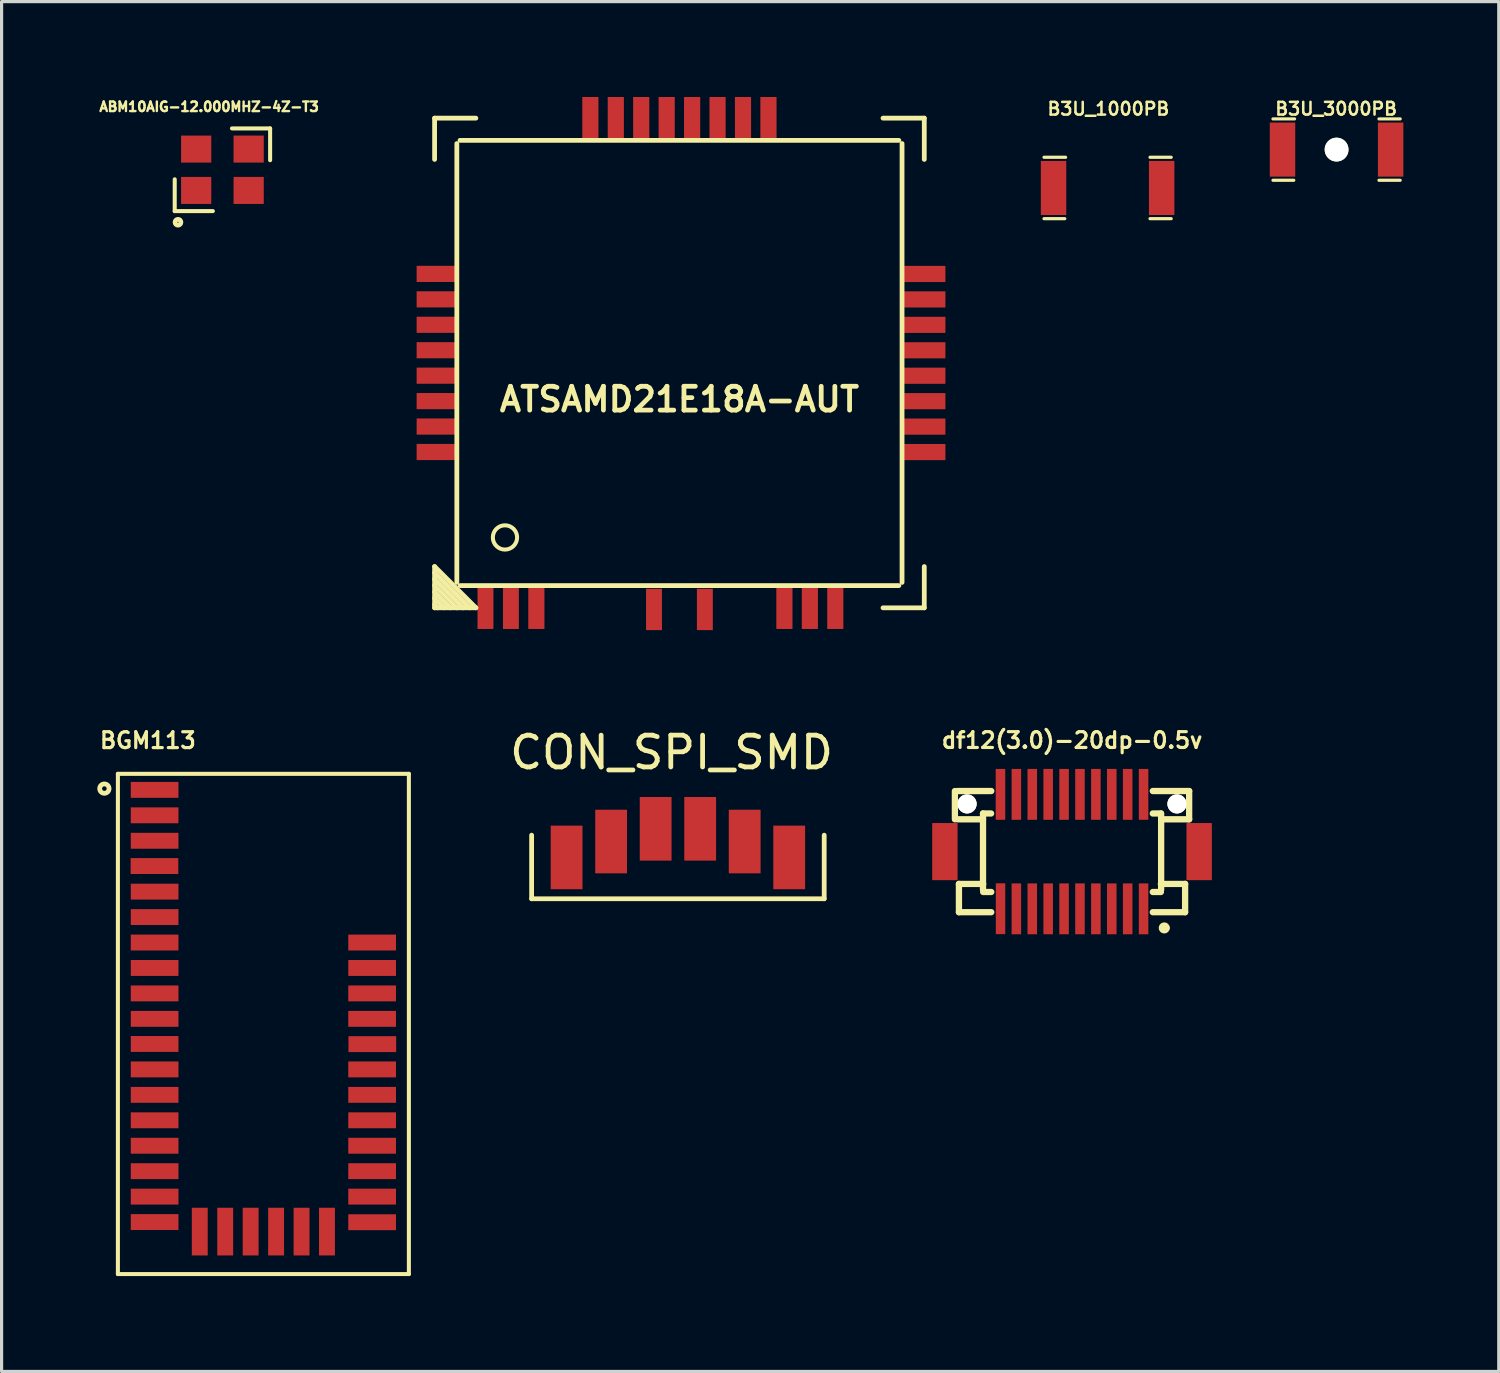
<source format=kicad_pcb>
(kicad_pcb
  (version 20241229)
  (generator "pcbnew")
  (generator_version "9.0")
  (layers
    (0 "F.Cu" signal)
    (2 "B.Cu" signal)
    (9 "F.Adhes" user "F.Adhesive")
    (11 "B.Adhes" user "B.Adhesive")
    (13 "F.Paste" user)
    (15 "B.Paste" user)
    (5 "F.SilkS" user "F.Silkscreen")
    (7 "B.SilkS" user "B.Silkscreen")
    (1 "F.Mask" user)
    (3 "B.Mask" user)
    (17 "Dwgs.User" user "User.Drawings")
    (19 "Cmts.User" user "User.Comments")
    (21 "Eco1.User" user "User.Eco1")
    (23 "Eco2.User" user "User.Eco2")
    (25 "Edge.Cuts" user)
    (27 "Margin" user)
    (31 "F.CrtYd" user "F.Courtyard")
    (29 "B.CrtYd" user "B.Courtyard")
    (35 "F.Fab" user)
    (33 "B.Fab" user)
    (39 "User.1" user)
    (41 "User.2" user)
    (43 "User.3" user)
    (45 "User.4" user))
  (footprint "df12(3.0)-20dp-0.5v"
    (layer "F.Cu")
    (at 30.66 23.729)
    (property "Reference" "df12(3.0)-20dp-0.5v" (at 0 -3.5 0) (layer "F.SilkS") (effects (font (size 0.498 0.498) (thickness 0.099))))
    (attr through_hole)
    (fp_line (start -3.683 -1.016) (end -3.683 -1.905) (stroke (width 0.198) (type solid)) (layer "F.SilkS"))
    (fp_line (start -3.599 -1.905) (end -2.54 -1.905) (stroke (width 0.198) (type solid)) (layer "F.SilkS"))
    (fp_line (start -3.556 1.016) (end -3.556 1.905) (stroke (width 0.198) (type solid)) (layer "F.SilkS"))
    (fp_line (start -2.799 -1.016) (end -3.599 -1.016) (stroke (width 0.198) (type solid)) (layer "F.SilkS"))
    (fp_line (start -2.799 1.199) (end -2.799 -1.199) (stroke (width 0.198) (type solid)) (layer "F.SilkS"))
    (fp_line (start -2.794 1.016) (end -3.556 1.016) (stroke (width 0.198) (type solid)) (layer "F.SilkS"))
    (fp_line (start -2.545 -1.199) (end -2.799 -1.199) (stroke (width 0.198) (type solid)) (layer "F.SilkS"))
    (fp_line (start -2.54 1.27) (end -2.794 1.27) (stroke (width 0.198) (type solid)) (layer "F.SilkS"))
    (fp_line (start -2.54 1.905) (end -3.556 1.905) (stroke (width 0.198) (type solid)) (layer "F.SilkS"))
    (fp_line (start 2.54 -1.905) (end 3.683 -1.905) (stroke (width 0.198) (type solid)) (layer "F.SilkS"))
    (fp_line (start 2.794 -1.199) (end 2.54 -1.199) (stroke (width 0.198) (type solid)) (layer "F.SilkS"))
    (fp_line (start 2.794 1.27) (end 2.54 1.27) (stroke (width 0.198) (type solid)) (layer "F.SilkS"))
    (fp_line (start 2.802 -1.199) (end 2.802 1.199) (stroke (width 0.198) (type solid)) (layer "F.SilkS"))
    (fp_line (start 2.883 -1.016) (end 3.683 -1.016) (stroke (width 0.198) (type solid)) (layer "F.SilkS"))
    (fp_line (start 2.9 2.4) (end 3 2.4) (stroke (width 0.15) (type solid)) (layer "F.SilkS"))
    (fp_line (start 3.556 1.016) (end 2.794 1.016) (stroke (width 0.198) (type solid)) (layer "F.SilkS"))
    (fp_line (start 3.556 1.905) (end 2.54 1.905) (stroke (width 0.198) (type solid)) (layer "F.SilkS"))
    (fp_line (start 3.556 1.905) (end 3.556 1.016) (stroke (width 0.198) (type solid)) (layer "F.SilkS"))
    (fp_line (start 3.683 -1.016) (end 3.683 -1.905) (stroke (width 0.198) (type solid)) (layer "F.SilkS"))
    (fp_circle (center 2.9 2.4) (end 2.9 2.5) (stroke (width 0.15) (type solid)) (fill no) (layer "F.SilkS"))
    (pad "" smd rect (at -3.998 0) (size 0.798 1.796) (layers "F.Cu" "F.Mask" "F.Paste"))
    (pad "" np_thru_hole circle (at -3.3 -1.5) (size 0.6 0.6) (drill 0.597) (layers "*.Cu" "*.Mask" "F.SilkS"))
    (pad "" np_thru_hole circle (at 3.3 -1.5) (size 0.6 0.6) (drill 0.597) (layers "*.Cu" "*.Mask" "F.SilkS"))
    (pad "" smd rect (at 3.998 0) (size 0.798 1.796) (layers "F.Cu" "F.Mask" "F.Paste"))
    (pad "1" smd rect (at 2.25 1.8) (size 0.3 1.6) (layers "F.Cu" "F.Mask" "F.Paste"))
    (pad "2" smd rect (at 1.75 1.8) (size 0.3 1.6) (layers "F.Cu" "F.Mask" "F.Paste"))
    (pad "3" smd rect (at 1.25 1.8) (size 0.3 1.6) (layers "F.Cu" "F.Mask" "F.Paste"))
    (pad "4" smd rect (at 0.75 1.8) (size 0.3 1.6) (layers "F.Cu" "F.Mask" "F.Paste"))
    (pad "5" smd rect (at 0.25 1.8) (size 0.3 1.6) (layers "F.Cu" "F.Mask" "F.Paste"))
    (pad "6" smd rect (at -0.25 1.8) (size 0.3 1.6) (layers "F.Cu" "F.Mask" "F.Paste"))
    (pad "7" smd rect (at -0.75 1.8) (size 0.3 1.6) (layers "F.Cu" "F.Mask" "F.Paste"))
    (pad "8" smd rect (at -1.25 1.8) (size 0.3 1.6) (layers "F.Cu" "F.Mask" "F.Paste"))
    (pad "9" smd rect (at -1.75 1.8) (size 0.3 1.6) (layers "F.Cu" "F.Mask" "F.Paste"))
    (pad "10" smd rect (at -2.248 1.796) (size 0.297 1.598) (layers "F.Cu" "F.Mask" "F.Paste"))
    (pad "11" smd rect (at -2.25 -1.8) (size 0.3 1.6) (layers "F.Cu" "F.Mask" "F.Paste"))
    (pad "12" smd rect (at -1.75 -1.8) (size 0.3 1.6) (layers "F.Cu" "F.Mask" "F.Paste"))
    (pad "13" smd rect (at -1.25 -1.8) (size 0.3 1.6) (layers "F.Cu" "F.Mask" "F.Paste"))
    (pad "14" smd rect (at -0.75 -1.8) (size 0.3 1.6) (layers "F.Cu" "F.Mask" "F.Paste"))
    (pad "15" smd rect (at -0.25 -1.8) (size 0.3 1.6) (layers "F.Cu" "F.Mask" "F.Paste"))
    (pad "16" smd rect (at 0.25 -1.8) (size 0.3 1.6) (layers "F.Cu" "F.Mask" "F.Paste"))
    (pad "17" smd rect (at 0.75 -1.8) (size 0.3 1.6) (layers "F.Cu" "F.Mask" "F.Paste"))
    (pad "18" smd rect (at 1.25 -1.8) (size 0.3 1.6) (layers "F.Cu" "F.Mask" "F.Paste"))
    (pad "19" smd rect (at 1.75 -1.8) (size 0.3 1.6) (layers "F.Cu" "F.Mask" "F.Paste"))
    (pad "20" smd rect (at 2.25 -1.8) (size 0.3 1.6) (layers "F.Cu" "F.Mask" "F.Paste")))
  (footprint "CON_SPI_SMD"
    (layer "F.Cu")
    (at 18.267 23.912)
    (property "Reference" "CON_SPI_SMD" (at -0.2 -3.3 0) (layer "F.SilkS") (effects (font (size 1 1) (thickness 0.15))))
    (attr smd)
    (fp_line (start -4.6 -0.7) (end -4.6 1.3) (stroke (width 0.15) (type solid)) (layer "F.SilkS"))
    (fp_line (start -4.6 1.3) (end 4.6 1.3) (stroke (width 0.15) (type solid)) (layer "F.SilkS"))
    (fp_line (start 4.6 1.3) (end 4.6 -0.7) (stroke (width 0.15) (type solid)) (layer "F.SilkS"))
    (pad "1" smd rect (at -3.5 0 180) (size 1 2) (layers "F.Cu" "F.Mask" "F.Paste"))
    (pad "2" smd rect (at -2.1 -0.5 180) (size 1 2) (layers "F.Cu" "F.Mask" "F.Paste"))
    (pad "3" smd rect (at -0.7 -0.9 180) (size 1 2) (layers "F.Cu" "F.Mask" "F.Paste"))
    (pad "4" smd rect (at 0.7 -0.9 180) (size 1 2) (layers "F.Cu" "F.Mask" "F.Paste"))
    (pad "5" smd rect (at 2.1 -0.5 180) (size 1 2) (layers "F.Cu" "F.Mask" "F.Paste"))
    (pad "6" smd rect (at 3.5 0 180) (size 1 2) (layers "F.Cu" "F.Mask" "F.Paste")))
  (footprint "B3U_3000PB"
    (layer "F.Cu")
    (at 38.979 1.654)
    (property "Reference" "B3U_3000PB" (at -0.013 -1.283 0) (layer "F.SilkS") (effects (font (size 0.399 0.399) (thickness 0.079))))
    (attr through_hole)
    (fp_line (start -2 -0.965) (end -1.321 -0.965) (stroke (width 0.1) (type solid)) (layer "F.SilkS"))
    (fp_line (start -2 0.965) (end -1.346 0.965) (stroke (width 0.1) (type solid)) (layer "F.SilkS"))
    (fp_line (start 2 -0.965) (end 1.333 -0.965) (stroke (width 0.1) (type solid)) (layer "F.SilkS"))
    (fp_line (start 2 0.965) (end 1.333 0.965) (stroke (width 0.1) (type solid)) (layer "F.SilkS"))
    (pad "" np_thru_hole circle (at 0 0) (size 0.75 0.75) (drill 0.75) (layers "*.Cu" "*.Mask" "F.SilkS"))
    (pad "1" smd rect (at -1.7 0) (size 0.8 1.7) (layers "F.Cu" "F.Mask" "F.Paste"))
    (pad "2" smd rect (at 1.7 0) (size 0.8 1.7) (layers "F.Cu" "F.Mask" "F.Paste")))
  (footprint "B3U_1000PB"
    (layer "F.Cu")
    (at 31.779 2.861)
    (property "Reference" "B3U_1000PB" (at 0.025 -2.489 0) (layer "F.SilkS") (effects (font (size 0.399 0.399) (thickness 0.079))))
    (attr through_hole)
    (fp_line (start -2 -0.965) (end -1.321 -0.965) (stroke (width 0.1) (type solid)) (layer "F.SilkS"))
    (fp_line (start -2 0.965) (end -1.346 0.965) (stroke (width 0.1) (type solid)) (layer "F.SilkS"))
    (fp_line (start 2 -0.965) (end 1.333 -0.965) (stroke (width 0.1) (type solid)) (layer "F.SilkS"))
    (fp_line (start 2 0.965) (end 1.333 0.965) (stroke (width 0.1) (type solid)) (layer "F.SilkS"))
    (pad "1" smd rect (at -1.7 0) (size 0.8 1.7) (layers "F.Cu" "F.Mask" "F.Paste"))
    (pad "2" smd rect (at 1.7 0) (size 0.8 1.7) (layers "F.Cu" "F.Mask" "F.Paste")))
  (footprint "ATSAMD21E18A-AUT"
    (layer "F.Cu")
    (at 18.315 8.364)
    (property "Reference" "ATSAMD21E18A-AUT" (at 0 1.143 0) (layer "F.SilkS") (effects (font (size 0.749 0.749) (thickness 0.15))))
    (attr through_hole)
    (fp_line (start -7.699 -7.699) (end -6.401 -7.699) (stroke (width 0.15) (type solid)) (layer "F.SilkS"))
    (fp_line (start -7.699 -6.401) (end -7.699 -7.699) (stroke (width 0.15) (type solid)) (layer "F.SilkS"))
    (fp_line (start -7.699 6.401) (end -6.401 7.699) (stroke (width 0.15) (type solid)) (layer "F.SilkS"))
    (fp_line (start -7.699 6.599) (end -6.599 7.699) (stroke (width 0.15) (type solid)) (layer "F.SilkS"))
    (fp_line (start -7.699 7) (end -7 7.699) (stroke (width 0.15) (type solid)) (layer "F.SilkS"))
    (fp_line (start -7.699 7.399) (end -7.399 7.699) (stroke (width 0.15) (type solid)) (layer "F.SilkS"))
    (fp_line (start -7.699 7.699) (end -7.699 6.401) (stroke (width 0.15) (type solid)) (layer "F.SilkS"))
    (fp_line (start -7.699 7.699) (end -6.401 7.699) (stroke (width 0.15) (type solid)) (layer "F.SilkS"))
    (fp_line (start -7.6 7.699) (end -7.699 7.6) (stroke (width 0.15) (type solid)) (layer "F.SilkS"))
    (fp_line (start -7.201 7.699) (end -7.699 7.201) (stroke (width 0.15) (type solid)) (layer "F.SilkS"))
    (fp_line (start -7 -6.9) (end -7 6.9) (stroke (width 0.15) (type solid)) (layer "F.SilkS"))
    (fp_line (start -6.9 7) (end 6.9 7) (stroke (width 0.15) (type solid)) (layer "F.SilkS"))
    (fp_line (start -6.8 7.699) (end -7.699 6.8) (stroke (width 0.15) (type solid)) (layer "F.SilkS"))
    (fp_line (start 6.401 -7.699) (end 7.699 -7.699) (stroke (width 0.15) (type solid)) (layer "F.SilkS"))
    (fp_line (start 6.401 7.699) (end 7.699 7.699) (stroke (width 0.15) (type solid)) (layer "F.SilkS"))
    (fp_line (start 6.9 -7) (end -6.9 -7) (stroke (width 0.15) (type solid)) (layer "F.SilkS"))
    (fp_line (start 7 6.9) (end 7 -6.9) (stroke (width 0.15) (type solid)) (layer "F.SilkS"))
    (fp_line (start 7.699 -7.699) (end 7.699 -6.401) (stroke (width 0.15) (type solid)) (layer "F.SilkS"))
    (fp_line (start 7.699 7.699) (end 7.699 6.401) (stroke (width 0.15) (type solid)) (layer "F.SilkS"))
    (fp_circle (center -5.486 5.486) (end -5.715 5.791) (stroke (width 0.127) (type solid)) (fill no) (layer "F.SilkS"))
    (pad "1" smd rect (at -6.099 7.714) (size 0.5 1.3) (layers "F.Cu" "F.Mask" "F.Paste"))
    (pad "2" smd rect (at -5.299 7.714) (size 0.5 1.3) (layers "F.Cu" "F.Mask" "F.Paste"))
    (pad "3" smd rect (at -4.499 7.714) (size 0.508 1.3) (layers "F.Cu" "F.Mask" "F.Paste"))
    (pad "4" smd rect (at -0.8 7.75) (size 0.5 1.3) (layers "F.Cu" "F.Mask" "F.Paste"))
    (pad "5" smd rect (at 0.8 7.75) (size 0.5 1.3) (layers "F.Cu" "F.Mask" "F.Paste"))
    (pad "6" smd rect (at 3.301 7.714) (size 0.508 1.3) (layers "F.Cu" "F.Mask" "F.Paste"))
    (pad "7" smd rect (at 4.101 7.714) (size 0.508 1.3) (layers "F.Cu" "F.Mask" "F.Paste"))
    (pad "8" smd rect (at 4.901 7.714) (size 0.508 1.3) (layers "F.Cu" "F.Mask" "F.Paste"))
    (pad "9" smd rect (at 7.714 2.801 90) (size 0.508 1.3) (layers "F.Cu" "F.Mask" "F.Paste"))
    (pad "10" smd rect (at 7.714 2.001 90) (size 0.508 1.3) (layers "F.Cu" "F.Mask" "F.Paste"))
    (pad "11" smd rect (at 7.714 1.201 90) (size 0.508 1.3) (layers "F.Cu" "F.Mask" "F.Paste"))
    (pad "12" smd rect (at 7.714 0.401 90) (size 0.508 1.3) (layers "F.Cu" "F.Mask" "F.Paste"))
    (pad "13" smd rect (at 7.714 -0.399 90) (size 0.508 1.3) (layers "F.Cu" "F.Mask" "F.Paste"))
    (pad "14" smd rect (at 7.714 -1.199 90) (size 0.508 1.3) (layers "F.Cu" "F.Mask" "F.Paste"))
    (pad "15" smd rect (at 7.714 -1.999 90) (size 0.508 1.3) (layers "F.Cu" "F.Mask" "F.Paste"))
    (pad "16" smd rect (at 7.714 -2.799 90) (size 0.508 1.3) (layers "F.Cu" "F.Mask" "F.Paste"))
    (pad "17" smd rect (at 2.799 -7.714 90) (size 1.3 0.508) (layers "F.Cu" "F.Mask" "F.Paste"))
    (pad "18" smd rect (at 1.999 -7.714 90) (size 1.3 0.508) (layers "F.Cu" "F.Mask" "F.Paste"))
    (pad "19" smd rect (at 1.199 -7.714 90) (size 1.3 0.508) (layers "F.Cu" "F.Mask" "F.Paste"))
    (pad "20" smd rect (at 0.399 -7.714 90) (size 1.3 0.508) (layers "F.Cu" "F.Mask" "F.Paste"))
    (pad "21" smd rect (at -0.401 -7.714 90) (size 1.3 0.508) (layers "F.Cu" "F.Mask" "F.Paste"))
    (pad "22" smd rect (at -1.201 -7.714 90) (size 1.3 0.508) (layers "F.Cu" "F.Mask" "F.Paste"))
    (pad "23" smd rect (at -2.001 -7.714 90) (size 1.3 0.508) (layers "F.Cu" "F.Mask" "F.Paste"))
    (pad "24" smd rect (at -2.801 -7.714 90) (size 1.3 0.508) (layers "F.Cu" "F.Mask" "F.Paste"))
    (pad "25" smd rect (at -7.614 -2.801 180) (size 1.3 0.508) (layers "F.Cu" "F.Mask" "F.Paste"))
    (pad "26" smd rect (at -7.614 -2.001 180) (size 1.3 0.508) (layers "F.Cu" "F.Mask" "F.Paste"))
    (pad "27" smd rect (at -7.614 -1.201 180) (size 1.3 0.508) (layers "F.Cu" "F.Mask" "F.Paste"))
    (pad "28" smd rect (at -7.614 -0.401 180) (size 1.3 0.508) (layers "F.Cu" "F.Mask" "F.Paste"))
    (pad "29" smd rect (at -7.614 0.399 180) (size 1.3 0.508) (layers "F.Cu" "F.Mask" "F.Paste"))
    (pad "30" smd rect (at -7.614 1.199 180) (size 1.3 0.508) (layers "F.Cu" "F.Mask" "F.Paste"))
    (pad "31" smd rect (at -7.614 1.999 180) (size 1.3 0.508) (layers "F.Cu" "F.Mask" "F.Paste"))
    (pad "32" smd rect (at -7.614 2.799 180) (size 1.3 0.508) (layers "F.Cu" "F.Mask" "F.Paste")))
  (footprint "BGM113"
    (layer "F.Cu")
    (at 5.232 29.148)
    (property "Reference" "BGM113" (at -3.632 -8.915 0) (layer "F.SilkS") (effects (font (size 0.5 0.5) (thickness 0.1))))
    (attr through_hole)
    (fp_line (start -4.575 -7.865) (end 4.575 -7.865) (stroke (width 0.127) (type solid)) (layer "F.SilkS"))
    (fp_line (start -4.575 7.865) (end -4.575 -7.865) (stroke (width 0.127) (type solid)) (layer "F.SilkS"))
    (fp_line (start 4.575 -7.865) (end 4.575 7.865) (stroke (width 0.127) (type solid)) (layer "F.SilkS"))
    (fp_line (start 4.575 7.865) (end -4.575 7.865) (stroke (width 0.127) (type solid)) (layer "F.SilkS"))
    (fp_circle (center -5 -7.4) (end -4.949 -7.349) (stroke (width 0.15) (type solid)) (fill no) (layer "F.SilkS"))
    (pad "1" smd rect (at -3.42 -7.36) (size 1.5 0.5) (layers "F.Cu" "F.Mask" "F.Paste"))
    (pad "2" smd rect (at -3.42 -6.56) (size 1.5 0.5) (layers "F.Cu" "F.Mask" "F.Paste"))
    (pad "3" smd rect (at -3.42 -5.76) (size 1.5 0.5) (layers "F.Cu" "F.Mask" "F.Paste"))
    (pad "4" smd rect (at -3.425 -4.965) (size 1.5 0.5) (layers "F.Cu" "F.Mask" "F.Paste"))
    (pad "5" smd rect (at -3.42 -4.16) (size 1.5 0.5) (layers "F.Cu" "F.Mask" "F.Paste"))
    (pad "6" smd rect (at -3.42 -3.36) (size 1.5 0.5) (layers "F.Cu" "F.Mask" "F.Paste"))
    (pad "7" smd rect (at -3.42 -2.56) (size 1.5 0.5) (layers "F.Cu" "F.Mask" "F.Paste"))
    (pad "8" smd rect (at -3.42 -1.76) (size 1.5 0.5) (layers "F.Cu" "F.Mask" "F.Paste"))
    (pad "9" smd rect (at -3.42 -0.96) (size 1.5 0.5) (layers "F.Cu" "F.Mask" "F.Paste"))
    (pad "10" smd rect (at -3.42 -0.16) (size 1.5 0.5) (layers "F.Cu" "F.Mask" "F.Paste"))
    (pad "11" smd rect (at -3.42 0.63) (size 1.5 0.5) (layers "F.Cu" "F.Mask" "F.Paste"))
    (pad "12" smd rect (at -3.42 1.43) (size 1.5 0.5) (layers "F.Cu" "F.Mask" "F.Paste"))
    (pad "13" smd rect (at -3.42 2.23) (size 1.5 0.5) (layers "F.Cu" "F.Mask" "F.Paste"))
    (pad "14" smd rect (at -3.42 3.03) (size 1.5 0.5) (layers "F.Cu" "F.Mask" "F.Paste"))
    (pad "15" smd rect (at -3.42 3.83) (size 1.5 0.5) (layers "F.Cu" "F.Mask" "F.Paste"))
    (pad "16" smd rect (at -3.42 4.63) (size 1.5 0.5) (layers "F.Cu" "F.Mask" "F.Paste"))
    (pad "17" smd rect (at -3.42 5.43) (size 1.5 0.5) (layers "F.Cu" "F.Mask" "F.Paste"))
    (pad "18" smd rect (at -3.42 6.23) (size 1.5 0.5) (layers "F.Cu" "F.Mask" "F.Paste"))
    (pad "19" smd rect (at -2 6.53) (size 0.5 1.5) (layers "F.Cu" "F.Mask" "F.Paste"))
    (pad "20" smd rect (at -1.2 6.53) (size 0.5 1.5) (layers "F.Cu" "F.Mask" "F.Paste"))
    (pad "21" smd rect (at -0.4 6.53) (size 0.5 1.5) (layers "F.Cu" "F.Mask" "F.Paste"))
    (pad "22" smd rect (at 0.4 6.53) (size 0.5 1.5) (layers "F.Cu" "F.Mask" "F.Paste"))
    (pad "23" smd rect (at 1.2 6.53) (size 0.5 1.5) (layers "F.Cu" "F.Mask" "F.Paste"))
    (pad "24" smd rect (at 2 6.53) (size 0.5 1.5) (layers "F.Cu" "F.Mask" "F.Paste"))
    (pad "25" smd rect (at 3.42 6.235) (size 1.5 0.5) (layers "F.Cu" "F.Mask" "F.Paste"))
    (pad "26" smd rect (at 3.42 5.43) (size 1.5 0.5) (layers "F.Cu" "F.Mask" "F.Paste"))
    (pad "27" smd rect (at 3.42 4.63) (size 1.5 0.5) (layers "F.Cu" "F.Mask" "F.Paste"))
    (pad "28" smd rect (at 3.42 3.83) (size 1.5 0.5) (layers "F.Cu" "F.Mask" "F.Paste"))
    (pad "29" smd rect (at 3.42 3.03) (size 1.5 0.5) (layers "F.Cu" "F.Mask" "F.Paste"))
    (pad "30" smd rect (at 3.42 2.23) (size 1.5 0.5) (layers "F.Cu" "F.Mask" "F.Paste"))
    (pad "31" smd rect (at 3.42 1.43) (size 1.5 0.5) (layers "F.Cu" "F.Mask" "F.Paste"))
    (pad "32" smd rect (at 3.425 0.635) (size 1.5 0.5) (layers "F.Cu" "F.Mask" "F.Paste"))
    (pad "33" smd rect (at 3.42 -0.16) (size 1.5 0.5) (layers "F.Cu" "F.Mask" "F.Paste"))
    (pad "34" smd rect (at 3.42 -0.96) (size 1.5 0.5) (layers "F.Cu" "F.Mask" "F.Paste"))
    (pad "35" smd rect (at 3.42 -1.76) (size 1.5 0.5) (layers "F.Cu" "F.Mask" "F.Paste"))
    (pad "36" smd rect (at 3.42 -2.56) (size 1.5 0.5) (layers "F.Cu" "F.Mask" "F.Paste")))
  (footprint "ABM10AIG-12.000MHZ-4Z-T3"
    (layer "F.Cu")
    (at 3.944 2.288)
    (property "Reference" "ABM10AIG-12.000MHZ-4Z-T3" (at -0.419 -1.981 0) (layer "F.SilkS") (effects (font (size 0.3 0.3) (thickness 0.075))))
    (attr through_hole)
    (fp_line (start -1.5 1.3) (end -1.5 0.3) (stroke (width 0.127) (type solid)) (layer "F.SilkS"))
    (fp_line (start -0.3 1.3) (end -1.5 1.3) (stroke (width 0.127) (type solid)) (layer "F.SilkS"))
    (fp_line (start 0.3 -1.3) (end 1.5 -1.3) (stroke (width 0.127) (type solid)) (layer "F.SilkS"))
    (fp_line (start 1.5 -1.3) (end 1.5 -0.3) (stroke (width 0.127) (type solid)) (layer "F.SilkS"))
    (fp_circle (center -1.397 1.651) (end -1.321 1.702) (stroke (width 0.15) (type solid)) (fill no) (layer "F.SilkS"))
    (pad "1" smd rect (at -0.825 0.65) (size 0.95 0.85) (layers "F.Cu" "F.Mask" "F.Paste"))
    (pad "2" smd rect (at 0.825 0.65) (size 0.95 0.85) (layers "F.Cu" "F.Mask" "F.Paste"))
    (pad "3" smd rect (at 0.825 -0.65) (size 0.95 0.85) (layers "F.Cu" "F.Mask" "F.Paste"))
    (pad "4" smd rect (at -0.825 -0.65) (size 0.95 0.85) (layers "F.Cu" "F.Mask" "F.Paste")))
  (gr_rect
    (start -3 -3)
    (end 44.079 40.076)
    (stroke (width 0.1) (type default))
    (fill no)
    (layer "Edge.Cuts")))
</source>
